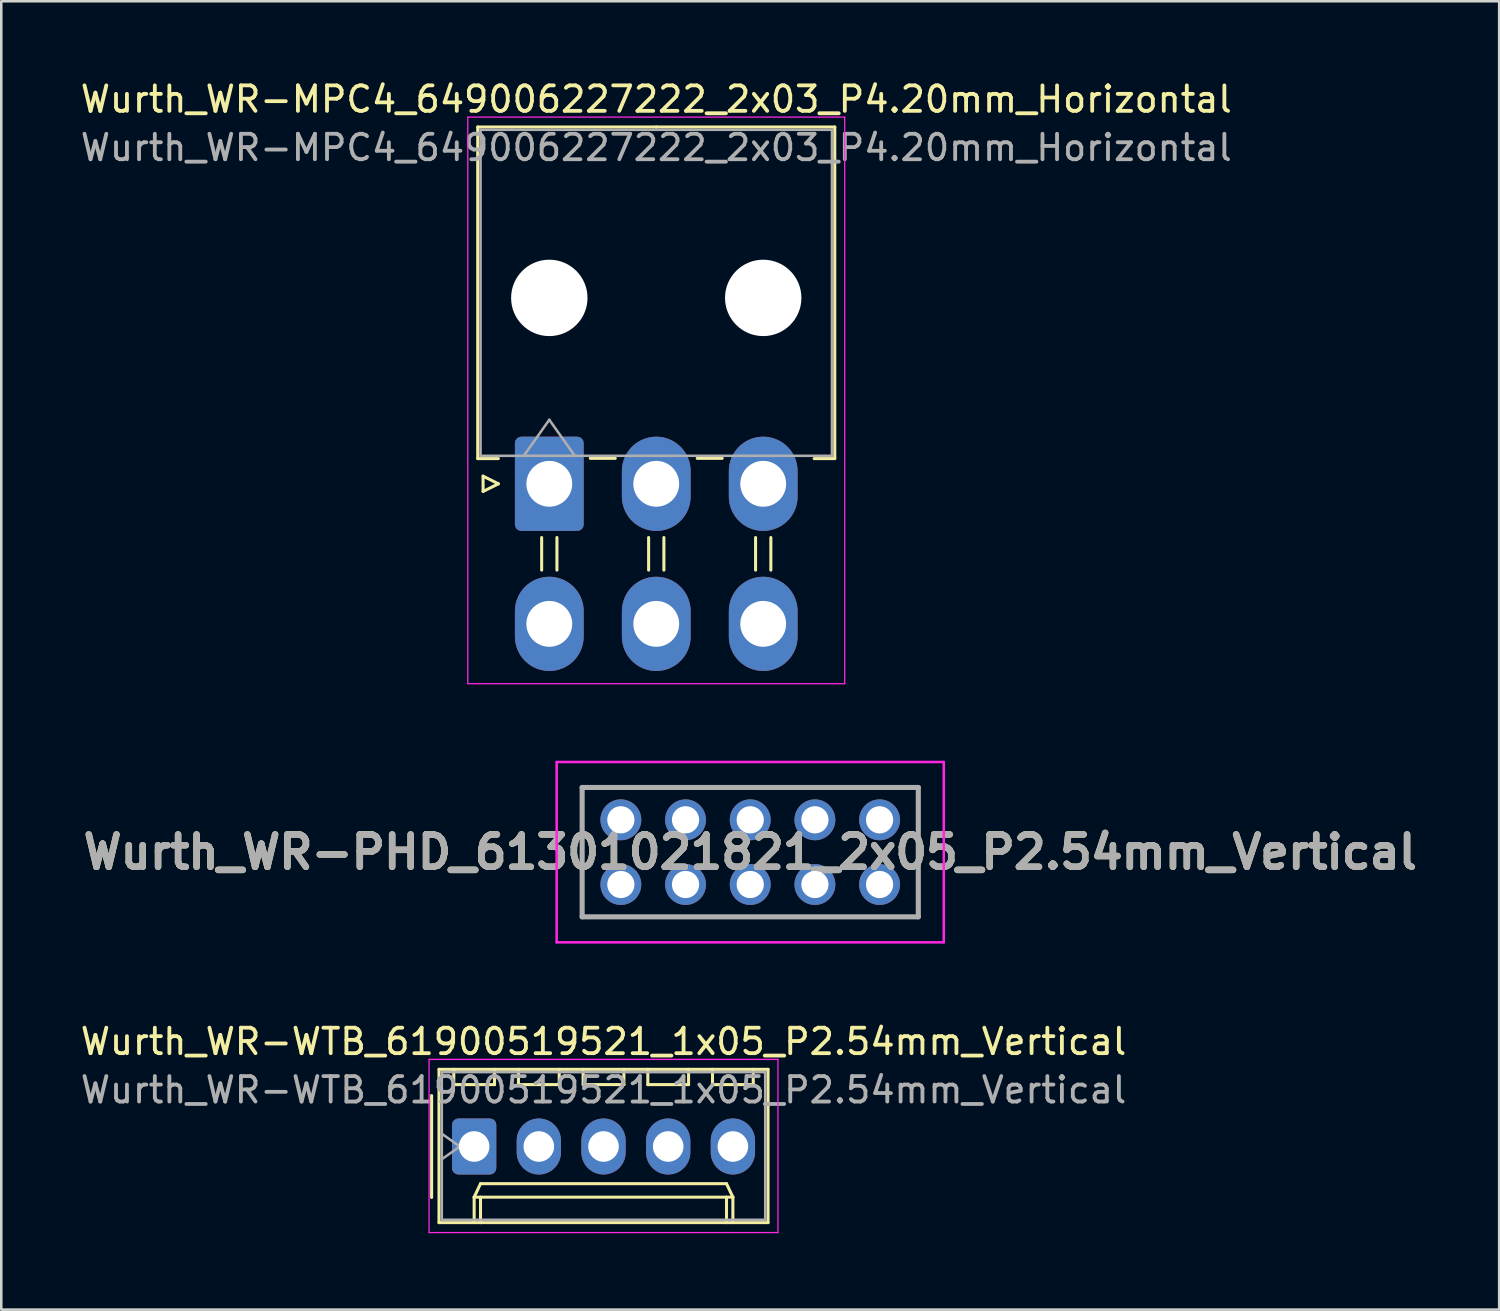
<source format=kicad_pcb>
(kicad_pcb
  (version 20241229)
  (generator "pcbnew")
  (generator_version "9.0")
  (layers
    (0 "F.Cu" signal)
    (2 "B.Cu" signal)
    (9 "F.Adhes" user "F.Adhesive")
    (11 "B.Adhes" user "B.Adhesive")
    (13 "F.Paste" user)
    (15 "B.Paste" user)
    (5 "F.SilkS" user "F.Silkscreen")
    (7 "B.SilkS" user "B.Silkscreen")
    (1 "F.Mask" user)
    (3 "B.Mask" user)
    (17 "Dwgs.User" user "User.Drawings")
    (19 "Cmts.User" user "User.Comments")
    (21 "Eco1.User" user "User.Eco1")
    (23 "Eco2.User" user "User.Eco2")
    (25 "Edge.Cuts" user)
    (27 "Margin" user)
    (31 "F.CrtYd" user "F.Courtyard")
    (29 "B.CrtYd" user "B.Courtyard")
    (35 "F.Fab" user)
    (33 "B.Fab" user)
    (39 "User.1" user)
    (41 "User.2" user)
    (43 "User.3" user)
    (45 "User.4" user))
  (footprint "Wurth_WR-MPC4_649006227222_2x03_P4.20mm_Horizontal"
    (layer "F.Cu")
    (at 18.52 15.948)
    (property "Reference" "Wurth_WR-MPC4_649006227222_2x03_P4.20mm_Horizontal" (at 4.2 -15.1 0) (layer "F.SilkS") (effects (font (size 1 1) (thickness 0.15))))
    (attr through_hole)
    (fp_line (start -2.81 -14.01) (end 4.2 -14.01) (stroke (width 0.12) (type solid)) (layer "F.SilkS"))
    (fp_line (start -2.81 -0.99) (end -2.81 -14.01) (stroke (width 0.12) (type solid)) (layer "F.SilkS"))
    (fp_line (start -2.6 -0.3) (end -2 0) (stroke (width 0.12) (type solid)) (layer "F.SilkS"))
    (fp_line (start -2.6 0.3) (end -2.6 -0.3) (stroke (width 0.12) (type solid)) (layer "F.SilkS"))
    (fp_line (start -2 -0.99) (end -2.81 -0.99) (stroke (width 0.12) (type solid)) (layer "F.SilkS"))
    (fp_line (start -2 0) (end -2.6 0.3) (stroke (width 0.12) (type solid)) (layer "F.SilkS"))
    (fp_line (start -0.3 2.11) (end -0.3 3.39) (stroke (width 0.12) (type solid)) (layer "F.SilkS"))
    (fp_line (start 0.3 2.11) (end 0.3 3.39) (stroke (width 0.12) (type solid)) (layer "F.SilkS"))
    (fp_line (start 1.61 -1) (end 2.59 -1) (stroke (width 0.12) (type solid)) (layer "F.SilkS"))
    (fp_line (start 3.9 2.11) (end 3.9 3.39) (stroke (width 0.12) (type solid)) (layer "F.SilkS"))
    (fp_line (start 4.5 2.11) (end 4.5 3.39) (stroke (width 0.12) (type solid)) (layer "F.SilkS"))
    (fp_line (start 5.81 -1) (end 6.79 -1) (stroke (width 0.12) (type solid)) (layer "F.SilkS"))
    (fp_line (start 8.1 2.11) (end 8.1 3.39) (stroke (width 0.12) (type solid)) (layer "F.SilkS"))
    (fp_line (start 8.7 2.11) (end 8.7 3.39) (stroke (width 0.12) (type solid)) (layer "F.SilkS"))
    (fp_line (start 10.4 -0.99) (end 11.21 -0.99) (stroke (width 0.12) (type solid)) (layer "F.SilkS"))
    (fp_line (start 11.21 -14.01) (end 4.2 -14.01) (stroke (width 0.12) (type solid)) (layer "F.SilkS"))
    (fp_line (start 11.21 -0.99) (end 11.21 -14.01) (stroke (width 0.12) (type solid)) (layer "F.SilkS"))
    (fp_line (start -3.2 -14.4) (end -3.2 7.85) (stroke (width 0.05) (type solid)) (layer "F.CrtYd"))
    (fp_line (start -3.2 7.85) (end 11.6 7.85) (stroke (width 0.05) (type solid)) (layer "F.CrtYd"))
    (fp_line (start 11.6 -14.4) (end -3.2 -14.4) (stroke (width 0.05) (type solid)) (layer "F.CrtYd"))
    (fp_line (start 11.6 7.85) (end 11.6 -14.4) (stroke (width 0.05) (type solid)) (layer "F.CrtYd"))
    (fp_line (start -2.7 -13.9) (end -2.7 -1.1) (stroke (width 0.1) (type solid)) (layer "F.Fab"))
    (fp_line (start -2.7 -1.1) (end 11.1 -1.1) (stroke (width 0.1) (type solid)) (layer "F.Fab"))
    (fp_line (start -1 -1.1) (end 0 -2.514) (stroke (width 0.1) (type solid)) (layer "F.Fab"))
    (fp_line (start 0 -2.514) (end 1 -1.1) (stroke (width 0.1) (type solid)) (layer "F.Fab"))
    (fp_line (start 11.1 -13.9) (end -2.7 -13.9) (stroke (width 0.1) (type solid)) (layer "F.Fab"))
    (fp_line (start 11.1 -1.1) (end 11.1 -13.9) (stroke (width 0.1) (type solid)) (layer "F.Fab"))
    (fp_text user "${REFERENCE}" (at 4.2 -13.2 0) (layer "F.Fab") (effects (font (size 1 1) (thickness 0.15))))
    (pad "" np_thru_hole circle (at 0 -7.3) (size 3 3) (drill 3) (layers "*.Cu" "*.Mask"))
    (pad "" np_thru_hole circle (at 8.4 -7.3) (size 3 3) (drill 3) (layers "*.Cu" "*.Mask"))
    (pad "1" thru_hole roundrect (at 0 0) (size 2.7 3.7) (drill 1.8) (layers "*.Cu" "*.Mask") (roundrect_rratio 0.093))
    (pad "2" thru_hole oval (at 4.2 0) (size 2.7 3.7) (drill 1.8) (layers "*.Cu" "*.Mask"))
    (pad "3" thru_hole oval (at 8.4 0) (size 2.7 3.7) (drill 1.8) (layers "*.Cu" "*.Mask"))
    (pad "4" thru_hole oval (at 0 5.5) (size 2.7 3.7) (drill 1.8) (layers "*.Cu" "*.Mask"))
    (pad "5" thru_hole oval (at 4.2 5.5) (size 2.7 3.7) (drill 1.8) (layers "*.Cu" "*.Mask"))
    (pad "6" thru_hole oval (at 8.4 5.5) (size 2.7 3.7) (drill 1.8) (layers "*.Cu" "*.Mask")))
  (footprint "Wurth_WR-PHD_61301021821_2x05_P2.54mm_Vertical"
    (layer "F.Cu")
    (at 21.33 31.683)
    (property "Reference" "Wurth_WR-PHD_61301021821_2x05_P2.54mm_Vertical" (at 5.08 -1.27 0) (layer "F.SilkS") (effects (font (size 1.27 1.27) (thickness 0.254))))
    (attr through_hole)
    (fp_line (start -1.52 -3.81) (end 11.68 -3.81) (stroke (width 0.1) (type solid)) (layer "F.SilkS"))
    (fp_line (start -1.52 1.27) (end -1.52 -3.81) (stroke (width 0.1) (type solid)) (layer "F.SilkS"))
    (fp_line (start 11.68 -3.81) (end 11.68 1.27) (stroke (width 0.1) (type solid)) (layer "F.SilkS"))
    (fp_line (start 11.68 1.27) (end -1.52 1.27) (stroke (width 0.1) (type solid)) (layer "F.SilkS"))
    (fp_line (start -2.52 -4.81) (end 12.68 -4.81) (stroke (width 0.1) (type solid)) (layer "F.CrtYd"))
    (fp_line (start -2.52 2.27) (end -2.52 -4.81) (stroke (width 0.1) (type solid)) (layer "F.CrtYd"))
    (fp_line (start 12.68 -4.81) (end 12.68 2.27) (stroke (width 0.1) (type solid)) (layer "F.CrtYd"))
    (fp_line (start 12.68 2.27) (end -2.52 2.27) (stroke (width 0.1) (type solid)) (layer "F.CrtYd"))
    (fp_line (start -1.52 -3.81) (end 11.68 -3.81) (stroke (width 0.2) (type solid)) (layer "F.Fab"))
    (fp_line (start -1.52 1.27) (end -1.52 -3.81) (stroke (width 0.2) (type solid)) (layer "F.Fab"))
    (fp_line (start 11.68 -3.81) (end 11.68 1.27) (stroke (width 0.2) (type solid)) (layer "F.Fab"))
    (fp_line (start 11.68 1.27) (end -1.52 1.27) (stroke (width 0.2) (type solid)) (layer "F.Fab"))
    (fp_text user "${REFERENCE}" (at 5.08 -1.27 0) (layer "F.Fab") (effects (font (size 1.27 1.27) (thickness 0.254))))
    (pad "1" thru_hole circle (at 0 0) (size 1.605 1.605) (drill 1.07) (layers "*.Cu" "*.Mask"))
    (pad "2" thru_hole circle (at 0 -2.54) (size 1.605 1.605) (drill 1.07) (layers "*.Cu" "*.Mask"))
    (pad "3" thru_hole circle (at 2.54 0) (size 1.605 1.605) (drill 1.07) (layers "*.Cu" "*.Mask"))
    (pad "4" thru_hole circle (at 2.54 -2.54) (size 1.605 1.605) (drill 1.07) (layers "*.Cu" "*.Mask"))
    (pad "5" thru_hole circle (at 5.08 0) (size 1.605 1.605) (drill 1.07) (layers "*.Cu" "*.Mask"))
    (pad "6" thru_hole circle (at 5.08 -2.54) (size 1.605 1.605) (drill 1.07) (layers "*.Cu" "*.Mask"))
    (pad "7" thru_hole circle (at 7.62 0) (size 1.605 1.605) (drill 1.07) (layers "*.Cu" "*.Mask"))
    (pad "8" thru_hole circle (at 7.62 -2.54) (size 1.605 1.605) (drill 1.07) (layers "*.Cu" "*.Mask"))
    (pad "9" thru_hole circle (at 10.16 0) (size 1.605 1.605) (drill 1.07) (layers "*.Cu" "*.Mask"))
    (pad "10" thru_hole circle (at 10.16 -2.54) (size 1.605 1.605) (drill 1.07) (layers "*.Cu" "*.Mask")))
  (footprint "Wurth_WR-WTB_61900519521_1x05_P2.54mm_Vertical"
    (layer "F.Cu")
    (at 15.569 41.971)
    (property "Reference" "Wurth_WR-WTB_61900519521_1x05_P2.54mm_Vertical" (at 5.08 -4.12 0) (layer "F.SilkS") (effects (font (size 1 1) (thickness 0.15))))
    (attr through_hole)
    (fp_line (start -1.67 -2) (end -1.67 2) (stroke (width 0.12) (type solid)) (layer "F.SilkS"))
    (fp_line (start -1.38 -3.03) (end -1.38 2.99) (stroke (width 0.12) (type solid)) (layer "F.SilkS"))
    (fp_line (start -1.38 2.99) (end 11.54 2.99) (stroke (width 0.12) (type solid)) (layer "F.SilkS"))
    (fp_line (start -0.8 -3.03) (end -0.8 -2.43) (stroke (width 0.12) (type solid)) (layer "F.SilkS"))
    (fp_line (start -0.8 -2.43) (end 0.8 -2.43) (stroke (width 0.12) (type solid)) (layer "F.SilkS"))
    (fp_line (start 0 1.99) (end 0.25 1.46) (stroke (width 0.12) (type solid)) (layer "F.SilkS"))
    (fp_line (start 0 1.99) (end 10.16 1.99) (stroke (width 0.12) (type solid)) (layer "F.SilkS"))
    (fp_line (start 0 2.99) (end 0 1.99) (stroke (width 0.12) (type solid)) (layer "F.SilkS"))
    (fp_line (start 0.25 1.46) (end 9.91 1.46) (stroke (width 0.12) (type solid)) (layer "F.SilkS"))
    (fp_line (start 0.25 2.99) (end 0.25 1.99) (stroke (width 0.12) (type solid)) (layer "F.SilkS"))
    (fp_line (start 0.8 -2.43) (end 0.8 -3.03) (stroke (width 0.12) (type solid)) (layer "F.SilkS"))
    (fp_line (start 1.74 -3.03) (end 1.74 -2.43) (stroke (width 0.12) (type solid)) (layer "F.SilkS"))
    (fp_line (start 1.74 -2.43) (end 3.34 -2.43) (stroke (width 0.12) (type solid)) (layer "F.SilkS"))
    (fp_line (start 3.34 -2.43) (end 3.34 -3.03) (stroke (width 0.12) (type solid)) (layer "F.SilkS"))
    (fp_line (start 4.28 -3.03) (end 4.28 -2.43) (stroke (width 0.12) (type solid)) (layer "F.SilkS"))
    (fp_line (start 4.28 -2.43) (end 5.88 -2.43) (stroke (width 0.12) (type solid)) (layer "F.SilkS"))
    (fp_line (start 5.88 -2.43) (end 5.88 -3.03) (stroke (width 0.12) (type solid)) (layer "F.SilkS"))
    (fp_line (start 6.82 -3.03) (end 6.82 -2.43) (stroke (width 0.12) (type solid)) (layer "F.SilkS"))
    (fp_line (start 6.82 -2.43) (end 8.42 -2.43) (stroke (width 0.12) (type solid)) (layer "F.SilkS"))
    (fp_line (start 8.42 -2.43) (end 8.42 -3.03) (stroke (width 0.12) (type solid)) (layer "F.SilkS"))
    (fp_line (start 9.36 -3.03) (end 9.36 -2.43) (stroke (width 0.12) (type solid)) (layer "F.SilkS"))
    (fp_line (start 9.36 -2.43) (end 10.96 -2.43) (stroke (width 0.12) (type solid)) (layer "F.SilkS"))
    (fp_line (start 9.91 1.46) (end 10.16 1.99) (stroke (width 0.12) (type solid)) (layer "F.SilkS"))
    (fp_line (start 9.91 2.99) (end 9.91 1.99) (stroke (width 0.12) (type solid)) (layer "F.SilkS"))
    (fp_line (start 10.16 1.99) (end 10.16 2.99) (stroke (width 0.12) (type solid)) (layer "F.SilkS"))
    (fp_line (start 10.96 -2.43) (end 10.96 -3.03) (stroke (width 0.12) (type solid)) (layer "F.SilkS"))
    (fp_line (start 11.54 -3.03) (end -1.38 -3.03) (stroke (width 0.12) (type solid)) (layer "F.SilkS"))
    (fp_line (start 11.54 2.99) (end 11.54 -3.03) (stroke (width 0.12) (type solid)) (layer "F.SilkS"))
    (fp_line (start -1.77 -3.42) (end -1.77 3.38) (stroke (width 0.05) (type solid)) (layer "F.CrtYd"))
    (fp_line (start -1.77 3.38) (end 11.93 3.38) (stroke (width 0.05) (type solid)) (layer "F.CrtYd"))
    (fp_line (start 11.93 -3.42) (end -1.77 -3.42) (stroke (width 0.05) (type solid)) (layer "F.CrtYd"))
    (fp_line (start 11.93 3.38) (end 11.93 -3.42) (stroke (width 0.05) (type solid)) (layer "F.CrtYd"))
    (fp_line (start -1.27 -2.92) (end -1.27 2.88) (stroke (width 0.1) (type solid)) (layer "F.Fab"))
    (fp_line (start -1.27 -0.5) (end -0.563 0) (stroke (width 0.1) (type solid)) (layer "F.Fab"))
    (fp_line (start -1.27 2.88) (end 11.43 2.88) (stroke (width 0.1) (type solid)) (layer "F.Fab"))
    (fp_line (start -0.563 0) (end -1.27 0.5) (stroke (width 0.1) (type solid)) (layer "F.Fab"))
    (fp_line (start 11.43 -2.92) (end -1.27 -2.92) (stroke (width 0.1) (type solid)) (layer "F.Fab"))
    (fp_line (start 11.43 2.88) (end 11.43 -2.92) (stroke (width 0.1) (type solid)) (layer "F.Fab"))
    (fp_text user "${REFERENCE}" (at 5.08 -2.22 0) (layer "F.Fab") (effects (font (size 1 1) (thickness 0.15))))
    (pad "1" thru_hole roundrect (at 0 0) (size 1.74 2.2) (drill 1.2) (layers "*.Cu" "*.Mask") (roundrect_rratio 0.144))
    (pad "2" thru_hole oval (at 2.54 0) (size 1.74 2.2) (drill 1.2) (layers "*.Cu" "*.Mask"))
    (pad "3" thru_hole oval (at 5.08 0) (size 1.74 2.2) (drill 1.2) (layers "*.Cu" "*.Mask"))
    (pad "4" thru_hole oval (at 7.62 0) (size 1.74 2.2) (drill 1.2) (layers "*.Cu" "*.Mask"))
    (pad "5" thru_hole oval (at 10.16 0) (size 1.74 2.2) (drill 1.2) (layers "*.Cu" "*.Mask")))
  (gr_rect
    (start -3 -3)
    (end 55.82 48.377)
    (stroke (width 0.1) (type default))
    (fill no)
    (layer "Edge.Cuts")))
</source>
